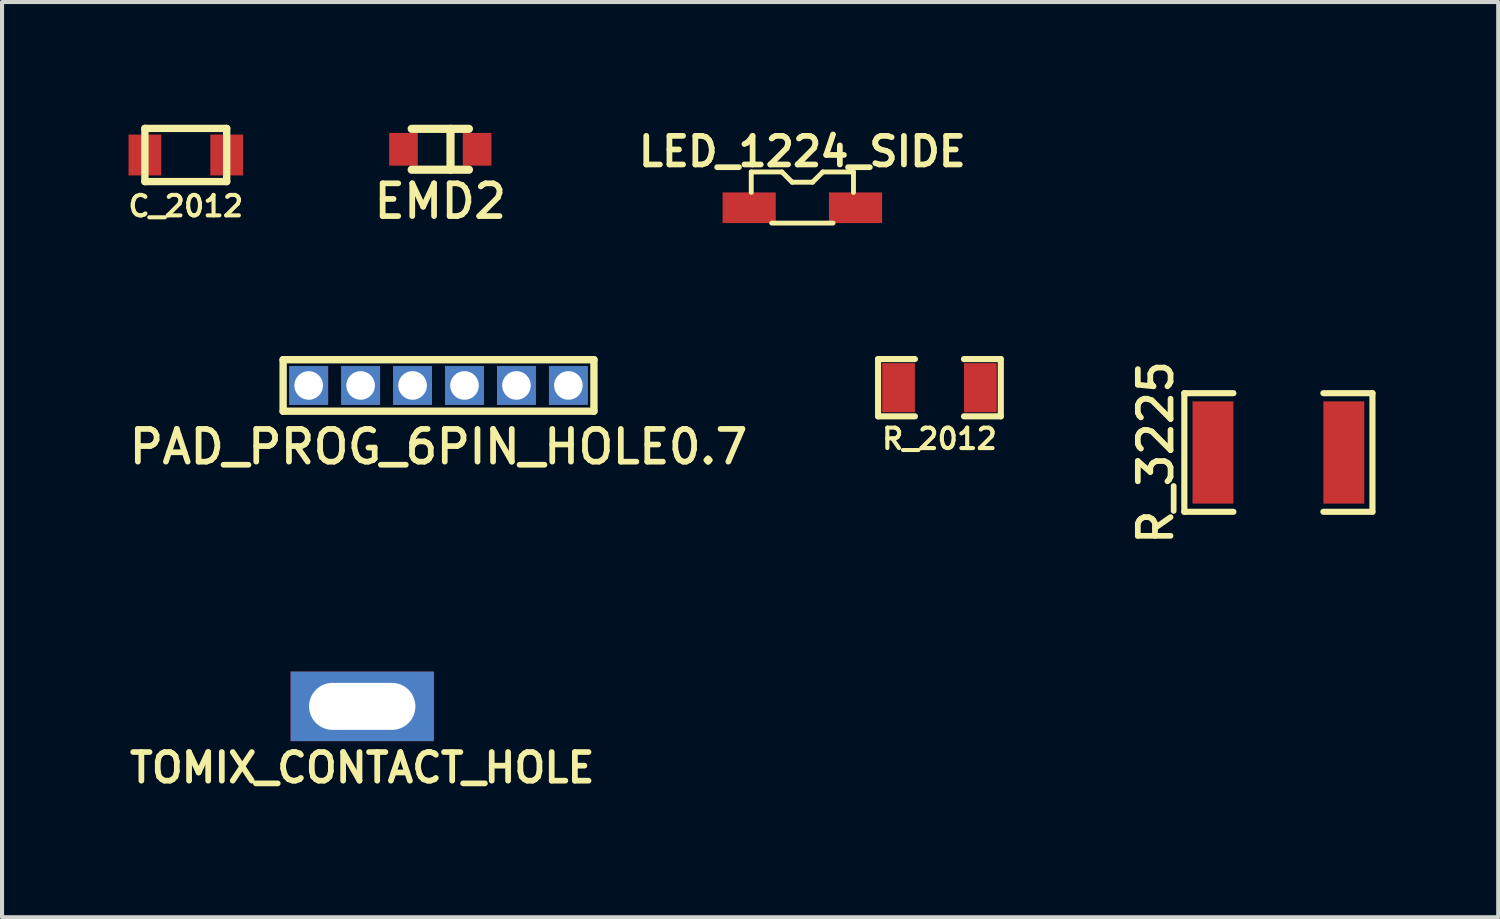
<source format=kicad_pcb>
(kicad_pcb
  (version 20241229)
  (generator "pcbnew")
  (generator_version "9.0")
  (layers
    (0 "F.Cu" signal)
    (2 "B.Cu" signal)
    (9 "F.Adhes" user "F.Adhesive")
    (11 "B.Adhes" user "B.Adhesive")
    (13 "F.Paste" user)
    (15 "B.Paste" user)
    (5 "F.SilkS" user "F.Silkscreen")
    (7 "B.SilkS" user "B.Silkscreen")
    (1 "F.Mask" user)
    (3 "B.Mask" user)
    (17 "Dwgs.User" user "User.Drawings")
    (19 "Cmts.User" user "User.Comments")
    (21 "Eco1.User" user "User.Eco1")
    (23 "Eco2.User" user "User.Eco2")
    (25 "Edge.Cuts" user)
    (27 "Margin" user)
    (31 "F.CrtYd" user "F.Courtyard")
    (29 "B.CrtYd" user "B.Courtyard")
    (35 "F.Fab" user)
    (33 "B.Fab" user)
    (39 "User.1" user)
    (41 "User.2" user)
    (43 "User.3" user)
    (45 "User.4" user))
  (footprint "EMD2"
    (layer "F.Cu")
    (at 7.716 0.6)
    (property "Reference" "EMD2" (at 0 1.27 0) (layer "F.SilkS") (effects (font (size 0.8 0.8) (thickness 0.14))))
    (attr through_hole)
    (fp_line (start -0.7 -0.5) (end 0.7 -0.5) (stroke (width 0.2) (type solid)) (layer "F.SilkS"))
    (fp_line (start -0.7 0.5) (end 0.7 0.5) (stroke (width 0.2) (type solid)) (layer "F.SilkS"))
    (fp_line (start 0.25 -0.5) (end 0.25 0.5) (stroke (width 0.2) (type solid)) (layer "F.SilkS"))
    (pad "1" smd rect (at 0.9 0) (size 0.7 0.8) (layers "F.Cu" "F.Mask" "F.Paste"))
    (pad "2" smd rect (at -0.9 0) (size 0.7 0.8) (layers "F.Cu" "F.Mask" "F.Paste")))
  (footprint "PAD_PROG_6PIN_HOLE0.7"
    (layer "F.Cu")
    (at 7.673 6.375)
    (property "Reference" "PAD_PROG_6PIN_HOLE0.7" (at 0 1.5 0) (layer "F.SilkS") (effects (font (size 0.8 0.8) (thickness 0.14))))
    (attr through_hole)
    (fp_line (start -3.8 -0.63) (end -3.8 0.63) (stroke (width 0.18) (type solid)) (layer "F.SilkS"))
    (fp_line (start -3.8 -0.63) (end 3.8 -0.63) (stroke (width 0.18) (type solid)) (layer "F.SilkS"))
    (fp_line (start 3.8 -0.63) (end 3.8 0.63) (stroke (width 0.18) (type solid)) (layer "F.SilkS"))
    (fp_line (start 3.8 0.63) (end -3.8 0.63) (stroke (width 0.18) (type solid)) (layer "F.SilkS"))
    (pad "1" thru_hole rect (at -3.175 0) (size 0.95 0.95) (drill 0.7) (layers "*.Cu" "*.Mask"))
    (pad "2" thru_hole rect (at -1.905 0) (size 0.95 0.95) (drill 0.7) (layers "*.Cu" "*.Mask"))
    (pad "3" thru_hole rect (at -0.635 0) (size 0.95 0.95) (drill 0.7) (layers "*.Cu" "*.Mask"))
    (pad "4" thru_hole rect (at 0.635 0) (size 0.95 0.95) (drill 0.7) (layers "*.Cu" "*.Mask"))
    (pad "5" thru_hole rect (at 1.905 0) (size 0.95 0.95) (drill 0.7) (layers "*.Cu" "*.Mask"))
    (pad "6" thru_hole rect (at 3.175 0) (size 0.95 0.95) (drill 0.7) (layers "*.Cu" "*.Mask")))
  (footprint "TOMIX_CONTACT_HOLE"
    (layer "F.Cu")
    (at 5.807 14.222)
    (property "Reference" "TOMIX_CONTACT_HOLE" (at 0 1.5 0) (layer "F.SilkS") (effects (font (size 0.7 0.7) (thickness 0.14))))
    (attr through_hole)
    (pad "1" thru_hole rect (at 0 0) (size 3.5 1.7) (drill oval 2.6 1.15) (layers "*.Cu" "*.Mask")))
  (footprint "R_2012"
    (layer "F.Cu")
    (at 19.921 6.43)
    (property "Reference" "R_2012" (at 0 1.25 0) (layer "F.SilkS") (effects (font (size 0.5 0.5) (thickness 0.1))))
    (attr smd)
    (fp_line (start -1.5 -0.7) (end -1.5 0.7) (stroke (width 0.15) (type solid)) (layer "F.SilkS"))
    (fp_line (start -1.5 0.7) (end -0.6 0.7) (stroke (width 0.15) (type solid)) (layer "F.SilkS"))
    (fp_line (start -0.6 -0.7) (end -1.5 -0.7) (stroke (width 0.15) (type solid)) (layer "F.SilkS"))
    (fp_line (start 0.6 -0.7) (end 1.5 -0.7) (stroke (width 0.15) (type solid)) (layer "F.SilkS"))
    (fp_line (start 1.5 -0.7) (end 1.5 0.7) (stroke (width 0.15) (type solid)) (layer "F.SilkS"))
    (fp_line (start 1.5 0.7) (end 0.6 0.7) (stroke (width 0.15) (type solid)) (layer "F.SilkS"))
    (pad "1" smd rect (at -1 0) (size 0.8 1.2) (layers "F.Cu" "F.Mask" "F.Paste"))
    (pad "2" smd rect (at 1 0) (size 0.8 1.2) (layers "F.Cu" "F.Mask" "F.Paste")))
  (footprint "LED_1224_SIDE"
    (layer "F.Cu")
    (at 16.569 2.405)
    (property "Reference" "LED_1224_SIDE" (at 0 -1.75 0) (layer "F.SilkS") (effects (font (size 0.7 0.7) (thickness 0.14))))
    (attr through_hole)
    (fp_line (start -1.25 -1.25) (end -1.25 -0.75) (stroke (width 0.12) (type solid)) (layer "F.SilkS"))
    (fp_line (start -1.25 -1.25) (end -0.5 -1.25) (stroke (width 0.12) (type solid)) (layer "F.SilkS"))
    (fp_line (start -0.75 0) (end 0.75 0) (stroke (width 0.12) (type solid)) (layer "F.SilkS"))
    (fp_line (start -0.5 -1.25) (end -0.25 -1) (stroke (width 0.12) (type solid)) (layer "F.SilkS"))
    (fp_line (start -0.25 -1) (end 0.25 -1) (stroke (width 0.12) (type solid)) (layer "F.SilkS"))
    (fp_line (start 0.25 -1) (end 0.5 -1.25) (stroke (width 0.12) (type solid)) (layer "F.SilkS"))
    (fp_line (start 0.5 -1.25) (end 1.25 -1.25) (stroke (width 0.12) (type solid)) (layer "F.SilkS"))
    (fp_line (start 1.25 -1.25) (end 1.25 -0.75) (stroke (width 0.12) (type solid)) (layer "F.SilkS"))
    (pad "1" smd rect (at -1.3 -0.375) (size 1.3 0.75) (layers "F.Cu" "F.Mask" "F.Paste"))
    (pad "2" smd rect (at 1.3 -0.375) (size 1.3 0.75) (layers "F.Cu" "F.Mask" "F.Paste")))
  (footprint "R_3225"
    (layer "F.Cu")
    (at 28.209 8.014)
    (property "Reference" "R_3225" (at -3 0 90) (layer "F.SilkS") (effects (font (size 0.8 0.8) (thickness 0.14))))
    (attr through_hole)
    (fp_line (start -2.3 -1.45) (end -1.1 -1.45) (stroke (width 0.15) (type solid)) (layer "F.SilkS"))
    (fp_line (start -2.3 1.45) (end -2.3 -1.45) (stroke (width 0.15) (type solid)) (layer "F.SilkS"))
    (fp_line (start -1.1 1.45) (end -2.3 1.45) (stroke (width 0.15) (type solid)) (layer "F.SilkS"))
    (fp_line (start 1.1 -1.45) (end 2.3 -1.45) (stroke (width 0.15) (type solid)) (layer "F.SilkS"))
    (fp_line (start 2.3 -1.45) (end 2.3 1.45) (stroke (width 0.15) (type solid)) (layer "F.SilkS"))
    (fp_line (start 2.3 1.45) (end 1.1 1.45) (stroke (width 0.15) (type solid)) (layer "F.SilkS"))
    (pad "1" smd rect (at -1.6 0) (size 1 2.5) (layers "F.Cu" "F.Mask" "F.Paste"))
    (pad "2" smd rect (at 1.6 0) (size 1 2.5) (layers "F.Cu" "F.Mask" "F.Paste")))
  (footprint "C_2012"
    (layer "F.Cu")
    (at 1.493 0.74)
    (property "Reference" "C_2012" (at 0 1.25 0) (layer "F.SilkS") (effects (font (size 0.5 0.5) (thickness 0.1))))
    (attr smd)
    (fp_line (start -1 0.65) (end -1 -0.65) (stroke (width 0.18) (type solid)) (layer "F.SilkS"))
    (fp_line (start -1 0.65) (end 1 0.65) (stroke (width 0.18) (type solid)) (layer "F.SilkS"))
    (fp_line (start 1 -0.65) (end -1 -0.65) (stroke (width 0.18) (type solid)) (layer "F.SilkS"))
    (fp_line (start 1 -0.65) (end 1 0.65) (stroke (width 0.18) (type solid)) (layer "F.SilkS"))
    (pad "1" smd rect (at -1 0) (size 0.8 1) (layers "F.Cu" "F.Mask" "F.Paste"))
    (pad "2" smd rect (at 1 0) (size 0.8 1) (layers "F.Cu" "F.Mask" "F.Paste")))
  (gr_rect
    (start -3 -3)
    (end 33.584 19.378)
    (stroke (width 0.1) (type default))
    (fill no)
    (layer "Edge.Cuts")))
</source>
